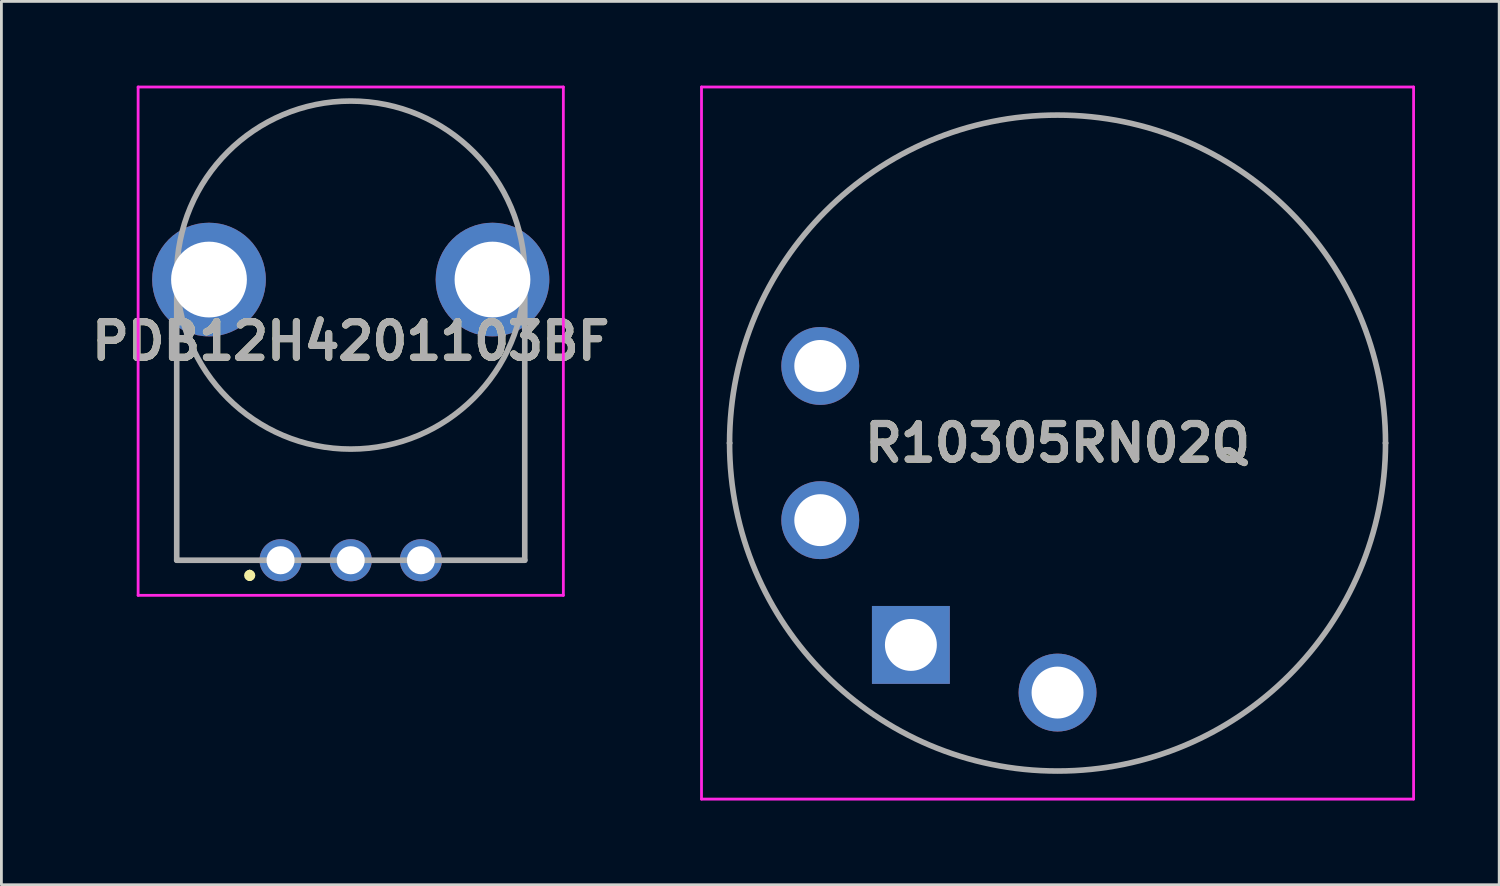
<source format=kicad_pcb>
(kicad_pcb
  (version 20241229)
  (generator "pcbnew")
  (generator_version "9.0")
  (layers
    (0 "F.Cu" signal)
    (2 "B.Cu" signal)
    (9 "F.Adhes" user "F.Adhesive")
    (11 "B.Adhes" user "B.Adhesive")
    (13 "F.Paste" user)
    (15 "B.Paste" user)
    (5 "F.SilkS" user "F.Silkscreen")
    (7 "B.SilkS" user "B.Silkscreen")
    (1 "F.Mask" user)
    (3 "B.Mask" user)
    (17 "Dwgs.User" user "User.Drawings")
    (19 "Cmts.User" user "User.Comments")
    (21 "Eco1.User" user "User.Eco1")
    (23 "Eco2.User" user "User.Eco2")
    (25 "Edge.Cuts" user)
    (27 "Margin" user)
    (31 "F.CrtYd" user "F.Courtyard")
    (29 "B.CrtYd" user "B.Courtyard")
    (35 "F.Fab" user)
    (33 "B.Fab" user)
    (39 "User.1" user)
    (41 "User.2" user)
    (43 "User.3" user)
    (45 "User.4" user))
  (footprint "PDB12H4201103BF"
    (layer "F.Cu")
    (at 6.946 16.91)
    (property "Reference" "PDB12H4201103BF" (at 2.5 -7.805 0) (layer "F.SilkS") (effects (font (size 1.27 1.27) (thickness 0.254))))
    (attr through_hole)
    (fp_line (start -3.7 -7.16) (end -3.7 0) (stroke (width 0.1) (type solid)) (layer "F.SilkS"))
    (fp_line (start -3.7 0) (end -1.5 0) (stroke (width 0.1) (type solid)) (layer "F.SilkS"))
    (fp_line (start -1.1 0.44) (end -1.1 0.44) (stroke (width 0.2) (type solid)) (layer "F.SilkS"))
    (fp_line (start -1.1 0.64) (end -1.1 0.64) (stroke (width 0.2) (type solid)) (layer "F.SilkS"))
    (fp_line (start 2.3 -16.36) (end 2.7 -16.36) (stroke (width 0.1) (type solid)) (layer "F.SilkS"))
    (fp_line (start 8.7 -7.16) (end 8.7 0) (stroke (width 0.1) (type solid)) (layer "F.SilkS"))
    (fp_line (start 8.7 0) (end 6.5 0) (stroke (width 0.1) (type solid)) (layer "F.SilkS"))
    (fp_arc (start -1.1 0.44) (mid -1 0.54) (end -1.1 0.64) (stroke (width 0.2) (type solid)) (layer "F.SilkS"))
    (fp_arc (start -1.1 0.64) (mid -1.2 0.54) (end -1.1 0.44) (stroke (width 0.2) (type solid)) (layer "F.SilkS"))
    (fp_line (start -5.075 -16.86) (end 10.075 -16.86) (stroke (width 0.1) (type solid)) (layer "F.CrtYd"))
    (fp_line (start -5.075 1.25) (end -5.075 -16.86) (stroke (width 0.1) (type solid)) (layer "F.CrtYd"))
    (fp_line (start 10.075 -16.86) (end 10.075 1.25) (stroke (width 0.1) (type solid)) (layer "F.CrtYd"))
    (fp_line (start 10.075 1.25) (end -5.075 1.25) (stroke (width 0.1) (type solid)) (layer "F.CrtYd"))
    (fp_line (start -3.7 -10.16) (end -3.7 -10.16) (stroke (width 0.2) (type solid)) (layer "F.Fab"))
    (fp_line (start -3.7 -10.16) (end -3.7 0) (stroke (width 0.2) (type solid)) (layer "F.Fab"))
    (fp_line (start -3.7 0) (end 8.7 0) (stroke (width 0.2) (type solid)) (layer "F.Fab"))
    (fp_line (start 8.7 -10.16) (end 8.7 -10.16) (stroke (width 0.2) (type solid)) (layer "F.Fab"))
    (fp_line (start 8.7 0) (end 8.7 -10.16) (stroke (width 0.2) (type solid)) (layer "F.Fab"))
    (fp_arc (start -3.7 -10.16) (mid 2.5 -16.36) (end 8.7 -10.16) (stroke (width 0.2) (type solid)) (layer "F.Fab"))
    (fp_arc (start 8.7 -10.16) (mid 2.5 -3.96) (end -3.7 -10.16) (stroke (width 0.2) (type solid)) (layer "F.Fab"))
    (fp_text user "${REFERENCE}" (at 2.5 -7.805 0) (layer "F.Fab") (effects (font (size 1.27 1.27) (thickness 0.254))))
    (pad "1" thru_hole circle (at 0 0) (size 1.5 1.5) (drill 1) (layers "*.Cu" "*.Mask"))
    (pad "2" thru_hole circle (at 2.5 0) (size 1.5 1.5) (drill 1) (layers "*.Cu" "*.Mask"))
    (pad "3" thru_hole circle (at 5 0) (size 1.5 1.5) (drill 1) (layers "*.Cu" "*.Mask"))
    (pad "MH1" thru_hole circle (at -2.55 -10) (size 4.05 4.05) (drill 2.7) (layers "*.Cu" "*.Mask"))
    (pad "MH2" thru_hole circle (at 7.55 -10) (size 4.05 4.05) (drill 2.7) (layers "*.Cu" "*.Mask")))
  (footprint "R10305RN02Q"
    (layer "F.Cu")
    (at 29.403 19.927)
    (property "Reference" "R10305RN02Q" (at 5.225 -7.192 0) (layer "F.SilkS") (effects (font (size 1.27 1.27) (thickness 0.254))))
    (attr through_hole)
    (fp_line (start -6.46 -7.192) (end -6.46 -7.192) (stroke (width 0.1) (type solid)) (layer "F.SilkS"))
    (fp_line (start 16.91 -7.192) (end 16.91 -7.192) (stroke (width 0.1) (type solid)) (layer "F.SilkS"))
    (fp_arc (start -6.46 -7.192) (mid 5.225 -18.877) (end 16.91 -7.192) (stroke (width 0.1) (type solid)) (layer "F.SilkS"))
    (fp_arc (start 16.91 -7.192) (mid 5.225 4.493) (end -6.46 -7.192) (stroke (width 0.1) (type solid)) (layer "F.SilkS"))
    (fp_line (start -7.46 -19.877) (end 17.91 -19.877) (stroke (width 0.1) (type solid)) (layer "F.CrtYd"))
    (fp_line (start -7.46 5.493) (end -7.46 -19.877) (stroke (width 0.1) (type solid)) (layer "F.CrtYd"))
    (fp_line (start 17.91 -19.877) (end 17.91 5.493) (stroke (width 0.1) (type solid)) (layer "F.CrtYd"))
    (fp_line (start 17.91 5.493) (end -7.46 5.493) (stroke (width 0.1) (type solid)) (layer "F.CrtYd"))
    (fp_line (start -6.46 -7.192) (end -6.46 -7.192) (stroke (width 0.2) (type solid)) (layer "F.Fab"))
    (fp_line (start 16.91 -7.192) (end 16.91 -7.192) (stroke (width 0.2) (type solid)) (layer "F.Fab"))
    (fp_arc (start -6.46 -7.192) (mid 5.225 -18.877) (end 16.91 -7.192) (stroke (width 0.2) (type solid)) (layer "F.Fab"))
    (fp_arc (start 16.91 -7.192) (mid 5.225 4.493) (end -6.46 -7.192) (stroke (width 0.2) (type solid)) (layer "F.Fab"))
    (fp_text user "${REFERENCE}" (at 5.225 -7.192 0) (layer "F.Fab") (effects (font (size 1.27 1.27) (thickness 0.254))))
    (pad "1" thru_hole rect (at 0 0) (size 2.775 2.775) (drill 1.85) (layers "*.Cu" "*.Mask"))
    (pad "2" thru_hole circle (at -3.229 -4.445) (size 2.775 2.775) (drill 1.85) (layers "*.Cu" "*.Mask"))
    (pad "3" thru_hole circle (at -3.229 -9.939) (size 2.775 2.775) (drill 1.85) (layers "*.Cu" "*.Mask"))
    (pad "10" thru_hole circle (at 5.225 1.698) (size 2.775 2.775) (drill 1.85) (layers "*.Cu" "*.Mask")))
  (gr_rect
    (start -3 -3)
    (end 50.363 28.47)
    (stroke (width 0.1) (type default))
    (fill no)
    (layer "Edge.Cuts")))
</source>
